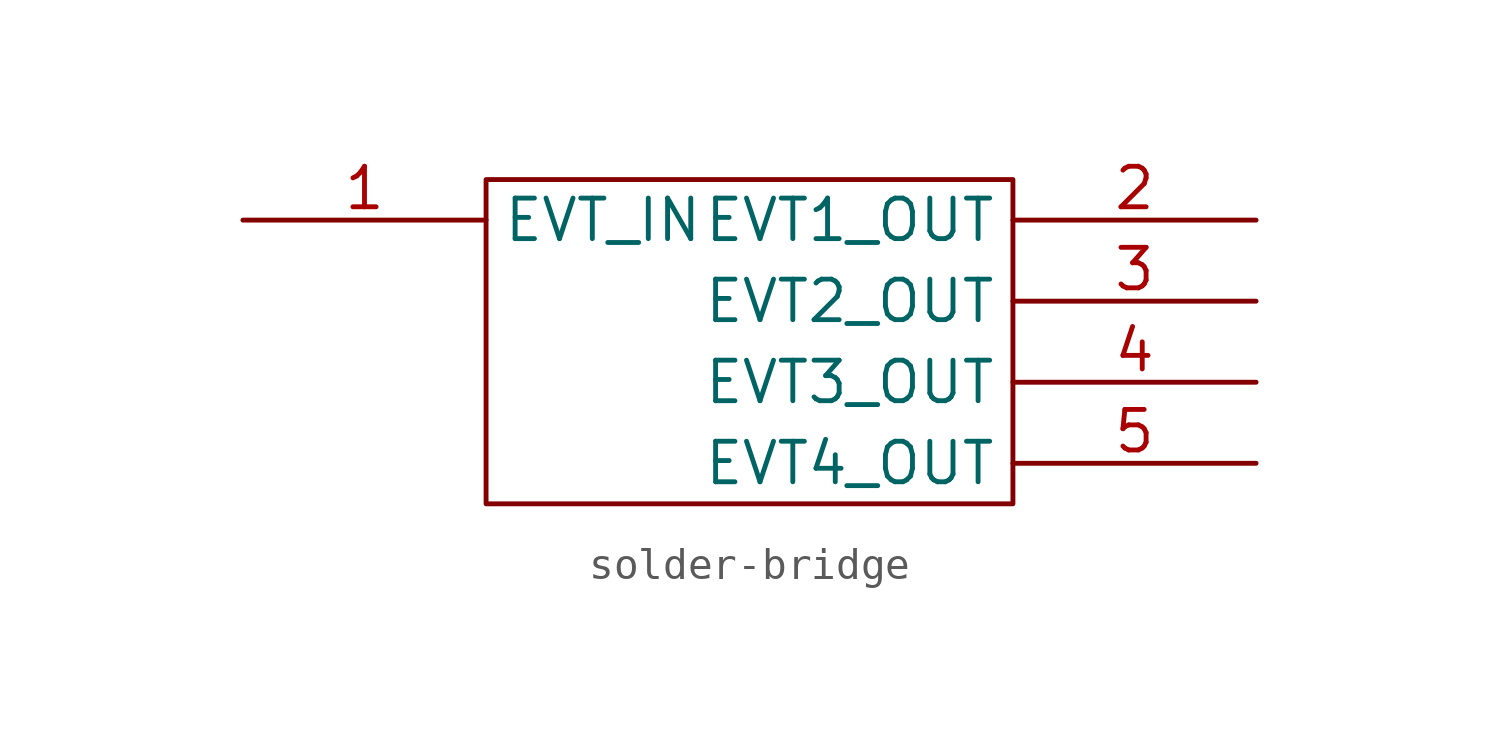
<source format=kicad_sym>
(kicad_symbol_lib
  (version 20220914)
  (generator kicad_symbol_editor)
  (symbol "solder-bridge"
    (property "Reference" "BRIDGE"
      (at -7.62 -1.27 0)
      (effects (font (size 1.27 1.27)) hide))
    (symbol "solder-bridge_0_1"
      (rectangle (start -7.62 3.81) (end 8.89 -6.35) (stroke (width 0) (type default)) (fill (type none))))
    (symbol "solder-bridge_1_1"
      (pin bidirectional line (at -15.24 2.54 0) (length 7.62) (name "EVT_IN" (effects (font (size 1.27 1.27)))) (number "1" (effects (font (size 1.27 1.27)))))
      (pin bidirectional line (at 16.51 2.54 180) (length 7.62) (name "EVT1_OUT" (effects (font (size 1.27 1.27)))) (number "2" (effects (font (size 1.27 1.27)))))
      (pin bidirectional line (at 16.51 0 180) (length 7.62) (name "EVT2_OUT" (effects (font (size 1.27 1.27)))) (number "3" (effects (font (size 1.27 1.27)))))
      (pin bidirectional line (at 16.51 -2.54 180) (length 7.62) (name "EVT3_OUT" (effects (font (size 1.27 1.27)))) (number "4" (effects (font (size 1.27 1.27)))))
      (pin bidirectional line (at 16.51 -5.08 180) (length 7.62) (name "EVT4_OUT" (effects (font (size 1.27 1.27)))) (number "5" (effects (font (size 1.27 1.27))))))))
</source>
